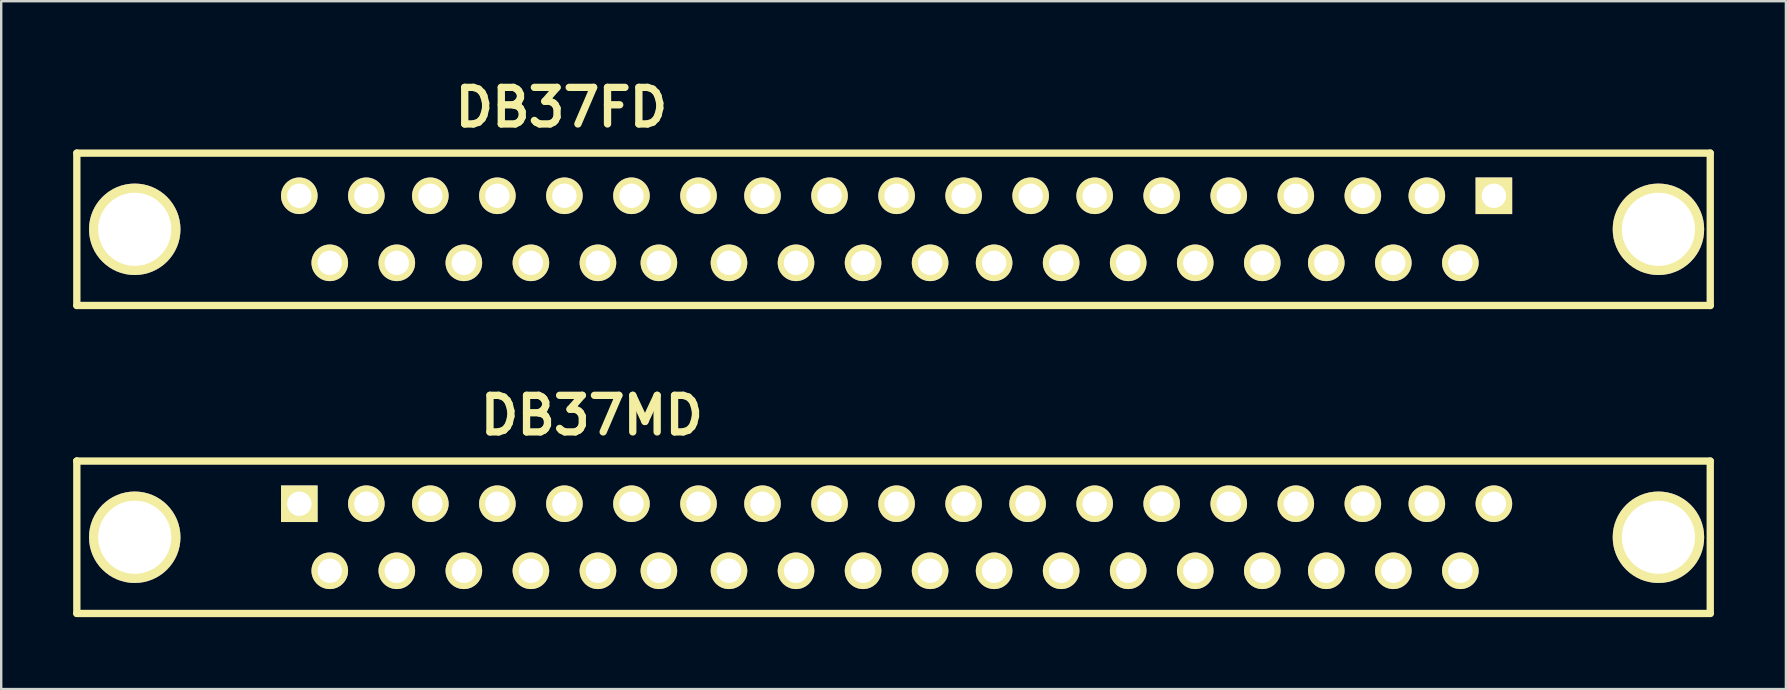
<source format=kicad_pcb>
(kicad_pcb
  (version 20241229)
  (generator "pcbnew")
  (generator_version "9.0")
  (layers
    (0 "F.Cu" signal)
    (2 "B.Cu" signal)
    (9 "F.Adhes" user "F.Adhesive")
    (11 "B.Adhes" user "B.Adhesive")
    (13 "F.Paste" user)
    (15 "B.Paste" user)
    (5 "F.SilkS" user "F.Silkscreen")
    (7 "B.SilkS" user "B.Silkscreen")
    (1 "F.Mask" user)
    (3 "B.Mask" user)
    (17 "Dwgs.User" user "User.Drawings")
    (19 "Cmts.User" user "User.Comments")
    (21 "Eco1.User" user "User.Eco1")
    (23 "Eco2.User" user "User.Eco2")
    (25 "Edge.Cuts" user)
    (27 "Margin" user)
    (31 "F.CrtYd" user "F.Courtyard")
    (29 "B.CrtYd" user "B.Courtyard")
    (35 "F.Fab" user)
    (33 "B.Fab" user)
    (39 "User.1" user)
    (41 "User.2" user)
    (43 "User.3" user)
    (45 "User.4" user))
  (footprint "DB37MD"
    (layer "F.Cu")
    (at 34.315 19.34)
    (property "Reference" "DB37MD" (at -12.7 -5.08 0) (layer "F.SilkS") (effects (font (size 1.524 1.524) (thickness 0.305))))
    (attr through_hole)
    (fp_line (start -34.163 -3.175) (end -34.163 -3.175) (stroke (width 0.305) (type solid)) (layer "F.SilkS"))
    (fp_line (start -34.163 -3.175) (end -34.163 3.175) (stroke (width 0.305) (type solid)) (layer "F.SilkS"))
    (fp_line (start -34.163 3.175) (end 33.909 3.175) (stroke (width 0.305) (type solid)) (layer "F.SilkS"))
    (fp_line (start 33.909 -3.175) (end -34.163 -3.175) (stroke (width 0.305) (type solid)) (layer "F.SilkS"))
    (fp_line (start 33.909 3.175) (end 33.909 -3.175) (stroke (width 0.305) (type solid)) (layer "F.SilkS"))
    (pad "" thru_hole circle (at -31.75 0) (size 3.81 3.81) (drill 3.048) (layers "*.Cu" "*.Mask" "F.SilkS"))
    (pad "" thru_hole circle (at 31.75 0) (size 3.81 3.81) (drill 3.048) (layers "*.Cu" "*.Mask" "F.SilkS"))
    (pad "1" thru_hole rect (at -24.892 -1.397) (size 1.524 1.524) (drill 1.016) (layers "*.Cu" "*.Mask" "F.SilkS"))
    (pad "2" thru_hole circle (at -22.098 -1.397) (size 1.524 1.524) (drill 1.016) (layers "*.Cu" "*.Mask" "F.SilkS"))
    (pad "3" thru_hole circle (at -19.431 -1.397) (size 1.524 1.524) (drill 1.016) (layers "*.Cu" "*.Mask" "F.SilkS"))
    (pad "4" thru_hole circle (at -16.637 -1.397) (size 1.524 1.524) (drill 1.016) (layers "*.Cu" "*.Mask" "F.SilkS"))
    (pad "5" thru_hole circle (at -13.843 -1.397) (size 1.524 1.524) (drill 1.016) (layers "*.Cu" "*.Mask" "F.SilkS"))
    (pad "6" thru_hole circle (at -11.049 -1.397) (size 1.524 1.524) (drill 1.016) (layers "*.Cu" "*.Mask" "F.SilkS"))
    (pad "7" thru_hole circle (at -8.255 -1.397) (size 1.524 1.524) (drill 1.016) (layers "*.Cu" "*.Mask" "F.SilkS"))
    (pad "8" thru_hole circle (at -5.588 -1.397) (size 1.524 1.524) (drill 1.016) (layers "*.Cu" "*.Mask" "F.SilkS"))
    (pad "9" thru_hole circle (at -2.794 -1.397) (size 1.524 1.524) (drill 1.016) (layers "*.Cu" "*.Mask" "F.SilkS"))
    (pad "10" thru_hole circle (at 0 -1.397) (size 1.524 1.524) (drill 1.016) (layers "*.Cu" "*.Mask" "F.SilkS"))
    (pad "11" thru_hole circle (at 2.794 -1.397) (size 1.524 1.524) (drill 1.016) (layers "*.Cu" "*.Mask" "F.SilkS"))
    (pad "12" thru_hole circle (at 5.461 -1.397) (size 1.524 1.524) (drill 1.016) (layers "*.Cu" "*.Mask" "F.SilkS"))
    (pad "13" thru_hole circle (at 8.255 -1.397) (size 1.524 1.524) (drill 1.016) (layers "*.Cu" "*.Mask" "F.SilkS"))
    (pad "14" thru_hole circle (at 11.049 -1.397) (size 1.524 1.524) (drill 1.016) (layers "*.Cu" "*.Mask" "F.SilkS"))
    (pad "15" thru_hole circle (at 13.843 -1.397) (size 1.524 1.524) (drill 1.016) (layers "*.Cu" "*.Mask" "F.SilkS"))
    (pad "16" thru_hole circle (at 16.637 -1.397) (size 1.524 1.524) (drill 1.016) (layers "*.Cu" "*.Mask" "F.SilkS"))
    (pad "17" thru_hole circle (at 19.431 -1.397) (size 1.524 1.524) (drill 1.016) (layers "*.Cu" "*.Mask" "F.SilkS"))
    (pad "18" thru_hole circle (at 22.098 -1.397) (size 1.524 1.524) (drill 1.016) (layers "*.Cu" "*.Mask" "F.SilkS"))
    (pad "19" thru_hole circle (at 24.892 -1.397) (size 1.524 1.524) (drill 1.016) (layers "*.Cu" "*.Mask" "F.SilkS"))
    (pad "20" thru_hole circle (at -23.622 1.397) (size 1.524 1.524) (drill 1.016) (layers "*.Cu" "*.Mask" "F.SilkS"))
    (pad "21" thru_hole circle (at -20.828 1.397) (size 1.524 1.524) (drill 1.016) (layers "*.Cu" "*.Mask" "F.SilkS"))
    (pad "22" thru_hole circle (at -18.034 1.397) (size 1.524 1.524) (drill 1.016) (layers "*.Cu" "*.Mask" "F.SilkS"))
    (pad "23" thru_hole circle (at -15.24 1.397) (size 1.524 1.524) (drill 1.016) (layers "*.Cu" "*.Mask" "F.SilkS"))
    (pad "24" thru_hole circle (at -12.446 1.397) (size 1.524 1.524) (drill 1.016) (layers "*.Cu" "*.Mask" "F.SilkS"))
    (pad "25" thru_hole circle (at -9.906 1.397) (size 1.524 1.524) (drill 1.016) (layers "*.Cu" "*.Mask" "F.SilkS"))
    (pad "26" thru_hole circle (at -6.985 1.397) (size 1.524 1.524) (drill 1.016) (layers "*.Cu" "*.Mask" "F.SilkS"))
    (pad "27" thru_hole circle (at -4.191 1.397) (size 1.524 1.524) (drill 1.016) (layers "*.Cu" "*.Mask" "F.SilkS"))
    (pad "28" thru_hole circle (at -1.397 1.397) (size 1.524 1.524) (drill 1.016) (layers "*.Cu" "*.Mask" "F.SilkS"))
    (pad "29" thru_hole circle (at 1.397 1.397) (size 1.524 1.524) (drill 1.016) (layers "*.Cu" "*.Mask" "F.SilkS"))
    (pad "30" thru_hole circle (at 4.064 1.397) (size 1.524 1.524) (drill 1.016) (layers "*.Cu" "*.Mask" "F.SilkS"))
    (pad "31" thru_hole circle (at 6.858 1.397) (size 1.524 1.524) (drill 1.016) (layers "*.Cu" "*.Mask" "F.SilkS"))
    (pad "32" thru_hole circle (at 9.652 1.397) (size 1.524 1.524) (drill 1.016) (layers "*.Cu" "*.Mask" "F.SilkS"))
    (pad "33" thru_hole circle (at 12.446 1.397) (size 1.524 1.524) (drill 1.016) (layers "*.Cu" "*.Mask" "F.SilkS"))
    (pad "34" thru_hole circle (at 15.24 1.397) (size 1.524 1.524) (drill 1.016) (layers "*.Cu" "*.Mask" "F.SilkS"))
    (pad "35" thru_hole circle (at 17.907 1.397) (size 1.524 1.524) (drill 1.016) (layers "*.Cu" "*.Mask" "F.SilkS"))
    (pad "36" thru_hole circle (at 20.701 1.397) (size 1.524 1.524) (drill 1.016) (layers "*.Cu" "*.Mask" "F.SilkS"))
    (pad "37" thru_hole circle (at 23.495 1.397) (size 1.524 1.524) (drill 1.016) (layers "*.Cu" "*.Mask" "F.SilkS")))
  (footprint "DB37FD"
    (layer "F.Cu")
    (at 34.315 6.506)
    (property "Reference" "DB37FD" (at -13.97 -5.08 0) (layer "F.SilkS") (effects (font (size 1.524 1.524) (thickness 0.305))))
    (attr through_hole)
    (fp_line (start -34.163 -3.175) (end -34.163 3.175) (stroke (width 0.305) (type solid)) (layer "F.SilkS"))
    (fp_line (start -34.163 3.175) (end 33.909 3.175) (stroke (width 0.305) (type solid)) (layer "F.SilkS"))
    (fp_line (start 33.909 -3.175) (end -34.163 -3.175) (stroke (width 0.305) (type solid)) (layer "F.SilkS"))
    (fp_line (start 33.909 3.175) (end 33.909 -3.175) (stroke (width 0.305) (type solid)) (layer "F.SilkS"))
    (pad "" thru_hole circle (at -31.75 0) (size 3.81 3.81) (drill 3.048) (layers "*.Cu" "*.Mask" "F.SilkS"))
    (pad "" thru_hole circle (at 31.75 0) (size 3.81 3.81) (drill 3.048) (layers "*.Cu" "*.Mask" "F.SilkS"))
    (pad "1" thru_hole rect (at 24.892 -1.397) (size 1.524 1.524) (drill 1.016) (layers "*.Cu" "*.Mask" "F.SilkS"))
    (pad "2" thru_hole circle (at 22.098 -1.397) (size 1.524 1.524) (drill 1.016) (layers "*.Cu" "*.Mask" "F.SilkS"))
    (pad "3" thru_hole circle (at 19.431 -1.397) (size 1.524 1.524) (drill 1.016) (layers "*.Cu" "*.Mask" "F.SilkS"))
    (pad "4" thru_hole circle (at 16.637 -1.397) (size 1.524 1.524) (drill 1.016) (layers "*.Cu" "*.Mask" "F.SilkS"))
    (pad "5" thru_hole circle (at 13.843 -1.397) (size 1.524 1.524) (drill 1.016) (layers "*.Cu" "*.Mask" "F.SilkS"))
    (pad "6" thru_hole circle (at 11.049 -1.397) (size 1.524 1.524) (drill 1.016) (layers "*.Cu" "*.Mask" "F.SilkS"))
    (pad "7" thru_hole circle (at 8.255 -1.397) (size 1.524 1.524) (drill 1.016) (layers "*.Cu" "*.Mask" "F.SilkS"))
    (pad "8" thru_hole circle (at 5.588 -1.397) (size 1.524 1.524) (drill 1.016) (layers "*.Cu" "*.Mask" "F.SilkS"))
    (pad "9" thru_hole circle (at 2.794 -1.397) (size 1.524 1.524) (drill 1.016) (layers "*.Cu" "*.Mask" "F.SilkS"))
    (pad "10" thru_hole circle (at 0 -1.397) (size 1.524 1.524) (drill 1.016) (layers "*.Cu" "*.Mask" "F.SilkS"))
    (pad "11" thru_hole circle (at -2.794 -1.397) (size 1.524 1.524) (drill 1.016) (layers "*.Cu" "*.Mask" "F.SilkS"))
    (pad "12" thru_hole circle (at -5.588 -1.397) (size 1.524 1.524) (drill 1.016) (layers "*.Cu" "*.Mask" "F.SilkS"))
    (pad "13" thru_hole circle (at -8.255 -1.397) (size 1.524 1.524) (drill 1.016) (layers "*.Cu" "*.Mask" "F.SilkS"))
    (pad "14" thru_hole circle (at -11.049 -1.397) (size 1.524 1.524) (drill 1.016) (layers "*.Cu" "*.Mask" "F.SilkS"))
    (pad "15" thru_hole circle (at -13.843 -1.397) (size 1.524 1.524) (drill 1.016) (layers "*.Cu" "*.Mask" "F.SilkS"))
    (pad "16" thru_hole circle (at -16.637 -1.397) (size 1.524 1.524) (drill 1.016) (layers "*.Cu" "*.Mask" "F.SilkS"))
    (pad "17" thru_hole circle (at -19.431 -1.397) (size 1.524 1.524) (drill 1.016) (layers "*.Cu" "*.Mask" "F.SilkS"))
    (pad "18" thru_hole circle (at -22.098 -1.397) (size 1.524 1.524) (drill 1.016) (layers "*.Cu" "*.Mask" "F.SilkS"))
    (pad "19" thru_hole circle (at -24.892 -1.397) (size 1.524 1.524) (drill 1.016) (layers "*.Cu" "*.Mask" "F.SilkS"))
    (pad "20" thru_hole circle (at 23.495 1.397) (size 1.524 1.524) (drill 1.016) (layers "*.Cu" "*.Mask" "F.SilkS"))
    (pad "21" thru_hole circle (at 20.701 1.397) (size 1.524 1.524) (drill 1.016) (layers "*.Cu" "*.Mask" "F.SilkS"))
    (pad "22" thru_hole circle (at 17.907 1.397) (size 1.524 1.524) (drill 1.016) (layers "*.Cu" "*.Mask" "F.SilkS"))
    (pad "23" thru_hole circle (at 15.24 1.397) (size 1.524 1.524) (drill 1.016) (layers "*.Cu" "*.Mask" "F.SilkS"))
    (pad "24" thru_hole circle (at 12.446 1.397) (size 1.524 1.524) (drill 1.016) (layers "*.Cu" "*.Mask" "F.SilkS"))
    (pad "25" thru_hole circle (at 9.652 1.397) (size 1.524 1.524) (drill 1.016) (layers "*.Cu" "*.Mask" "F.SilkS"))
    (pad "26" thru_hole circle (at 6.858 1.397) (size 1.524 1.524) (drill 1.016) (layers "*.Cu" "*.Mask" "F.SilkS"))
    (pad "27" thru_hole circle (at 4.064 1.397) (size 1.524 1.524) (drill 1.016) (layers "*.Cu" "*.Mask" "F.SilkS"))
    (pad "28" thru_hole circle (at 1.397 1.397) (size 1.524 1.524) (drill 1.016) (layers "*.Cu" "*.Mask" "F.SilkS"))
    (pad "29" thru_hole circle (at -1.397 1.397) (size 1.524 1.524) (drill 1.016) (layers "*.Cu" "*.Mask" "F.SilkS"))
    (pad "30" thru_hole circle (at -4.191 1.397) (size 1.524 1.524) (drill 1.016) (layers "*.Cu" "*.Mask" "F.SilkS"))
    (pad "31" thru_hole circle (at -6.985 1.397) (size 1.524 1.524) (drill 1.016) (layers "*.Cu" "*.Mask" "F.SilkS"))
    (pad "32" thru_hole circle (at -9.906 1.397) (size 1.524 1.524) (drill 1.016) (layers "*.Cu" "*.Mask" "F.SilkS"))
    (pad "33" thru_hole circle (at -12.446 1.397) (size 1.524 1.524) (drill 1.016) (layers "*.Cu" "*.Mask" "F.SilkS"))
    (pad "34" thru_hole circle (at -15.24 1.397) (size 1.524 1.524) (drill 1.016) (layers "*.Cu" "*.Mask" "F.SilkS"))
    (pad "35" thru_hole circle (at -18.034 1.397) (size 1.524 1.524) (drill 1.016) (layers "*.Cu" "*.Mask" "F.SilkS"))
    (pad "36" thru_hole circle (at -20.828 1.397) (size 1.524 1.524) (drill 1.016) (layers "*.Cu" "*.Mask" "F.SilkS"))
    (pad "37" thru_hole circle (at -23.622 1.397) (size 1.524 1.524) (drill 1.016) (layers "*.Cu" "*.Mask" "F.SilkS")))
  (gr_rect
    (start -3 -3)
    (end 71.377 25.668)
    (stroke (width 0.1) (type default))
    (fill no)
    (layer "Edge.Cuts")))
</source>
